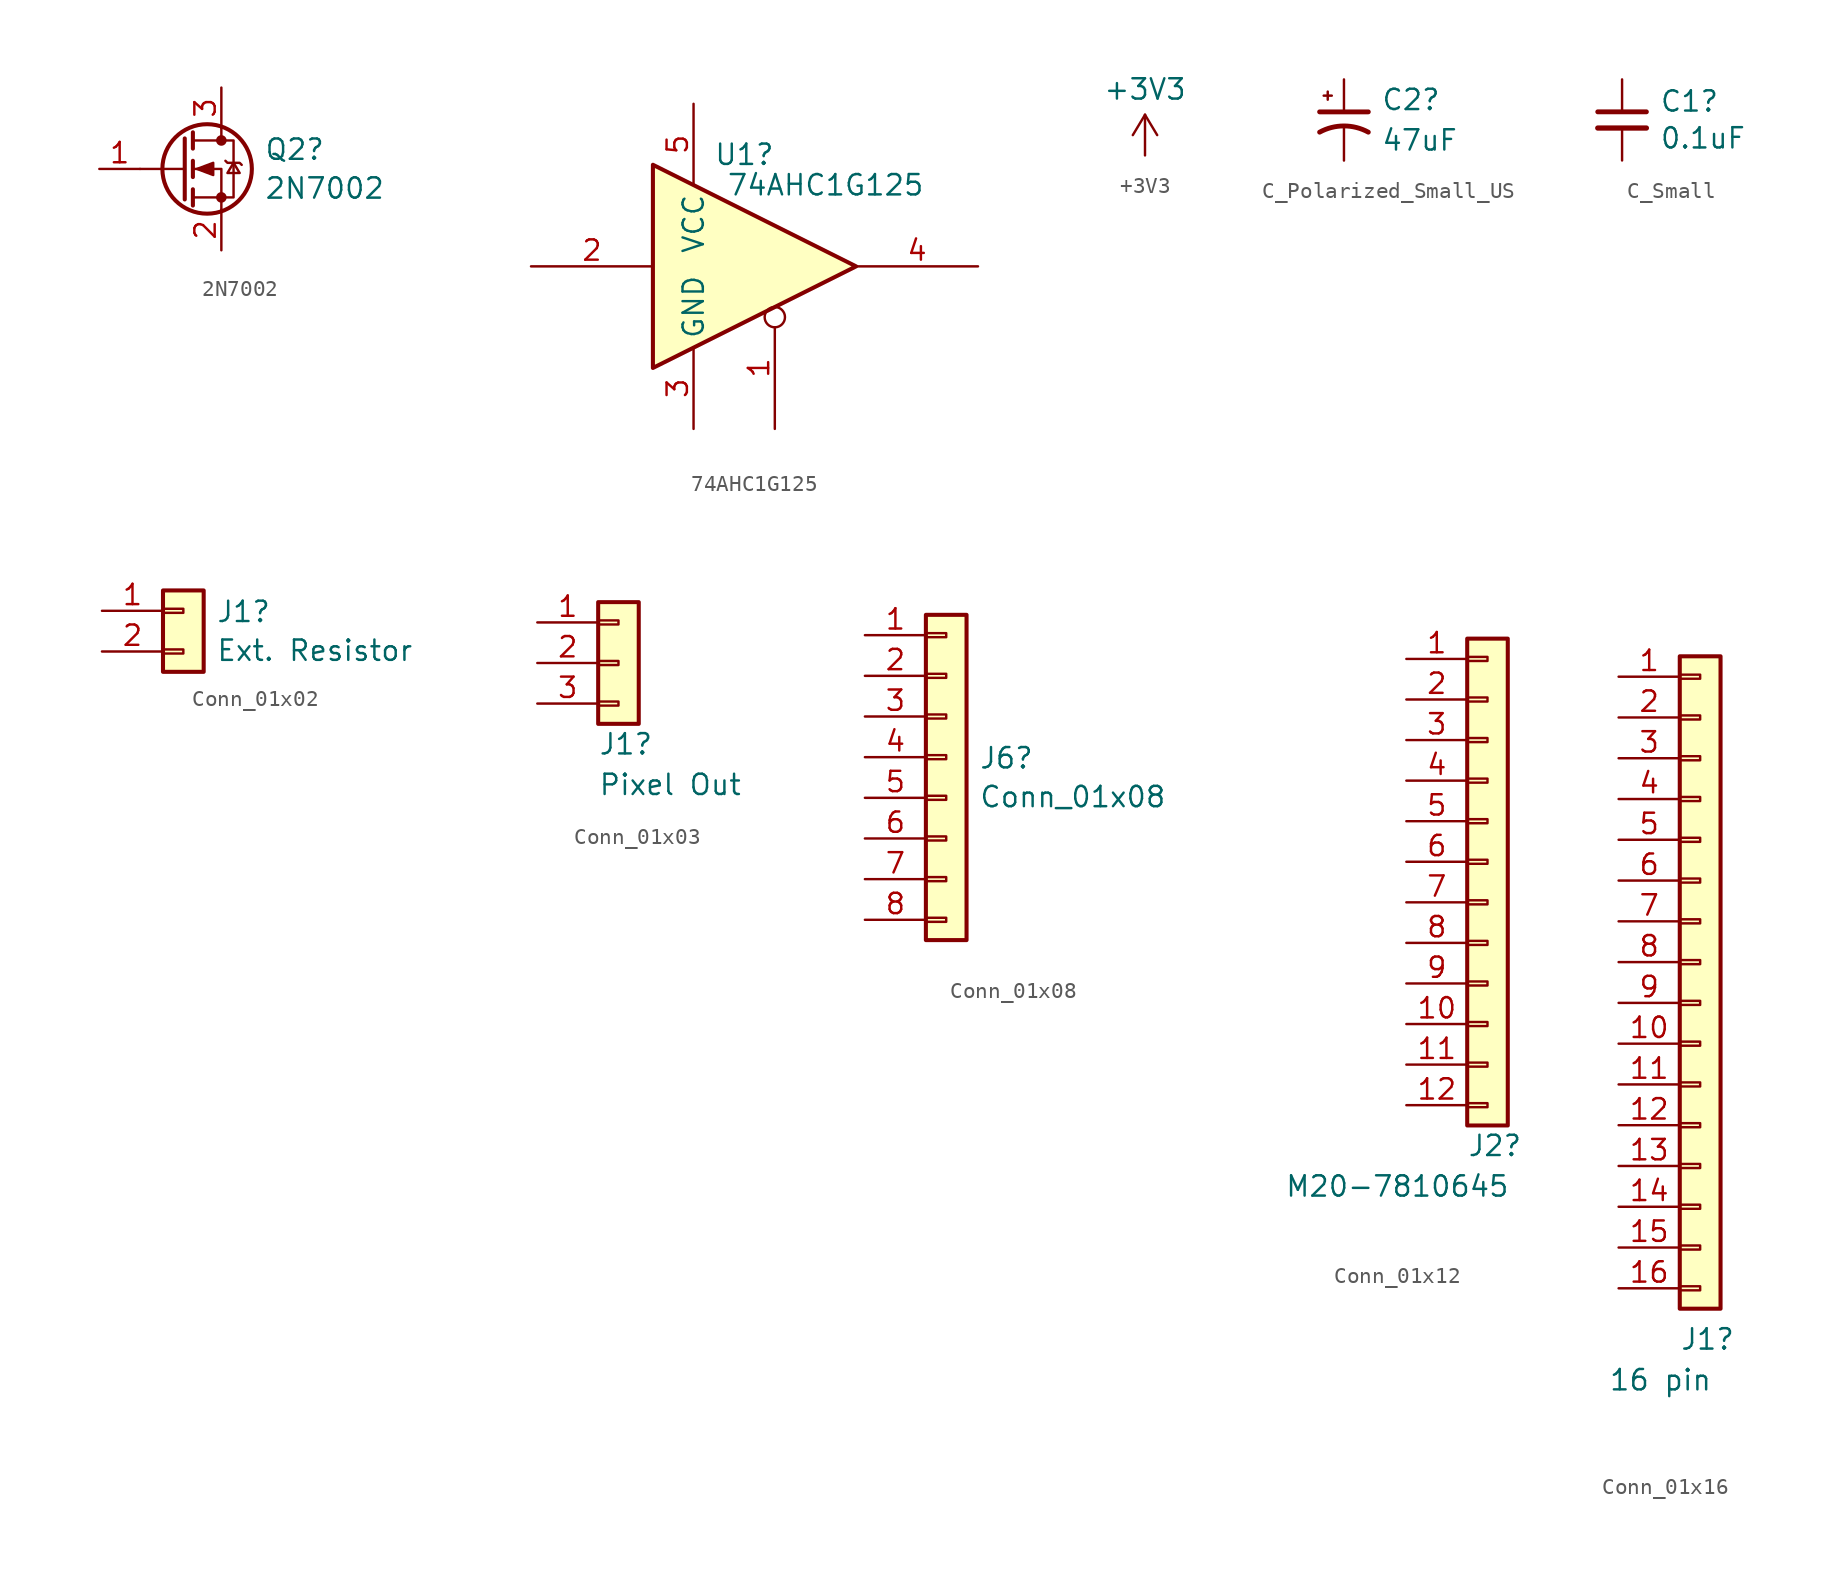
<source format=kicad_sym>
(kicad_symbol_lib
  (version 20220914)
  (generator kicad_symbol_editor)
  (symbol "2N7002"
    (pin_names hide)
    (property "Reference" "Q2"
      (at 5.207 1.212 0)
      (effects (font (size 1.27 1.27)) (justify left)))
    (property "Value" "2N7002"
      (at 5.207 -1.212 0)
      (effects (font (size 1.27 1.27)) (justify left)))
    (symbol "2N7002_0_1"
      (polyline (pts (xy 0.254 0) (xy -2.54 0)) (stroke (width 0) (type default)) (fill (type none)))
      (polyline (pts (xy 0.254 1.905) (xy 0.254 -1.905)) (stroke (width 0.254) (type default)) (fill (type none)))
      (polyline (pts (xy 0.762 -1.27) (xy 0.762 -2.286)) (stroke (width 0.254) (type default)) (fill (type none)))
      (polyline (pts (xy 0.762 0.508) (xy 0.762 -0.508)) (stroke (width 0.254) (type default)) (fill (type none)))
      (polyline (pts (xy 0.762 2.286) (xy 0.762 1.27)) (stroke (width 0.254) (type default)) (fill (type none)))
      (polyline (pts (xy 2.54 2.54) (xy 2.54 1.778)) (stroke (width 0) (type default)) (fill (type none)))
      (polyline (pts (xy 2.54 -2.54) (xy 2.54 0) (xy 0.762 0)) (stroke (width 0) (type default)) (fill (type none)))
      (polyline (pts (xy 0.762 -1.778) (xy 3.302 -1.778) (xy 3.302 1.778) (xy 0.762 1.778)) (stroke (width 0) (type default)) (fill (type none)))
      (polyline (pts (xy 1.016 0) (xy 2.032 0.381) (xy 2.032 -0.381) (xy 1.016 0)) (stroke (width 0) (type default)) (fill (type outline)))
      (polyline (pts (xy 2.794 0.508) (xy 2.921 0.381) (xy 3.683 0.381) (xy 3.81 0.254)) (stroke (width 0) (type default)) (fill (type none)))
      (polyline (pts (xy 3.302 0.381) (xy 2.921 -0.254) (xy 3.683 -0.254) (xy 3.302 0.381)) (stroke (width 0) (type default)) (fill (type none)))
      (circle (center 1.651 0) (radius 2.794) (stroke (width 0.254) (type default)) (fill (type none)))
      (circle (center 2.54 -1.778) (radius 0.254) (stroke (width 0) (type default)) (fill (type outline)))
      (circle (center 2.54 1.778) (radius 0.254) (stroke (width 0) (type default)) (fill (type outline))))
    (symbol "2N7002_1_1"
      (pin input line (at -5.08 0 0) (length 2.54) (name "G" (effects (font (size 1.27 1.27)))) (number "1" (effects (font (size 1.27 1.27)))))
      (pin passive line (at 2.54 -5.08 90) (length 2.54) (name "S" (effects (font (size 1.27 1.27)))) (number "2" (effects (font (size 1.27 1.27)))))
      (pin passive line (at 2.54 5.08 270) (length 2.54) (name "D" (effects (font (size 1.27 1.27)))) (number "3" (effects (font (size 1.27 1.27)))))))
  (symbol "74AHC1G125"
    (property "Reference" "U1"
      (at -1.905 6.985 0)
      (effects (font (size 1.27 1.27))))
    (property "Value" "74AHC1G125"
      (at 3.175 5.08 0)
      (effects (font (size 1.27 1.27))))
    (symbol "74AHC1G125_0_1"
      (polyline (pts (xy -7.62 6.35) (xy -7.62 -6.35) (xy 5.08 0) (xy -7.62 6.35)) (stroke (width 0.254) (type default)) (fill (type background))))
    (symbol "74AHC1G125_1_1"
      (pin input inverted (at 0 -10.16 90) (length 7.62) (name "~" (effects (font (size 1.27 1.27)))) (number "1" (effects (font (size 1.27 1.27)))))
      (pin input line (at -15.24 0 0) (length 7.62) (name "~" (effects (font (size 1.27 1.27)))) (number "2" (effects (font (size 1.27 1.27)))))
      (pin power_in line (at -5.08 -10.16 90) (length 5.08) (name "GND" (effects (font (size 1.27 1.27)))) (number "3" (effects (font (size 1.27 1.27)))))
      (pin tri_state line (at 12.7 0 180) (length 7.62) (name "~" (effects (font (size 1.27 1.27)))) (number "4" (effects (font (size 1.27 1.27)))))
      (pin power_in line (at -5.08 10.16 270) (length 5.08) (name "VCC" (effects (font (size 1.27 1.27)))) (number "5" (effects (font (size 1.27 1.27)))))))
  (symbol "+3V3"
    (power)
    (pin_names
      (offset 0))
    (property "Reference" "#PWR05"
      (at 0 -3.81 0)
      (effects (font (size 1.27 1.27)) hide))
    (property "Value" "+3V3"
      (at 0 4.133 0)
      (effects (font (size 1.27 1.27))))
    (symbol "+3V3_0_1"
      (polyline (pts (xy -0.762 1.27) (xy 0 2.54)) (stroke (width 0) (type default)) (fill (type none)))
      (polyline (pts (xy 0 0) (xy 0 2.54)) (stroke (width 0) (type default)) (fill (type none)))
      (polyline (pts (xy 0 2.54) (xy 0.762 1.27)) (stroke (width 0) (type default)) (fill (type none))))
    (symbol "+3V3_1_1"
      (pin power_in line (at 0 0 90) (length 0) hide (name "+3V3" (effects (font (size 1.27 1.27)))) (number "1" (effects (font (size 1.27 1.27)))))))
  (symbol "C_Polarized_Small_US"
    (pin_numbers hide)
    (pin_names
      (offset 0.254) hide)
    (property "Reference" "C2"
      (at 2.311 1.266 0)
      (effects (font (size 1.27 1.27)) (justify left)))
    (property "Value" "47uF"
      (at 2.311 -1.27 0)
      (effects (font (size 1.27 1.27)) (justify left)))
    (symbol "C_Polarized_Small_US_0_1"
      (polyline (pts (xy -1.524 0.508) (xy 1.524 0.508)) (stroke (width 0.305) (type default)) (fill (type none)))
      (polyline (pts (xy -1.27 1.524) (xy -0.762 1.524)) (stroke (width 0) (type default)) (fill (type none)))
      (polyline (pts (xy -1.016 1.27) (xy -1.016 1.778)) (stroke (width 0) (type default)) (fill (type none)))
      (arc (start 1.524 -0.762) (mid 0 -0.3734) (end -1.524 -0.762) (stroke (width 0.3048) (type default)) (fill (type none))))
    (symbol "C_Polarized_Small_US_1_1"
      (pin passive line (at 0 2.54 270) (length 2.032) (name "~" (effects (font (size 1.27 1.27)))) (number "1" (effects (font (size 1.27 1.27)))))
      (pin passive line (at 0 -2.54 90) (length 2.032) (name "~" (effects (font (size 1.27 1.27)))) (number "2" (effects (font (size 1.27 1.27)))))))
  (symbol "C_Small"
    (pin_numbers hide)
    (pin_names
      (offset 0.254) hide)
    (property "Reference" "C1"
      (at 2.337 1.168 0)
      (effects (font (size 1.27 1.27)) (justify left)))
    (property "Value" "0.1uF"
      (at 2.337 -1.143 0)
      (effects (font (size 1.27 1.27)) (justify left)))
    (symbol "C_Small_0_1"
      (polyline (pts (xy -1.524 -0.508) (xy 1.524 -0.508)) (stroke (width 0.33) (type default)) (fill (type none)))
      (polyline (pts (xy -1.524 0.508) (xy 1.524 0.508)) (stroke (width 0.305) (type default)) (fill (type none))))
    (symbol "C_Small_1_1"
      (pin passive line (at 0 2.54 270) (length 2.032) (name "~" (effects (font (size 1.27 1.27)))) (number "1" (effects (font (size 1.27 1.27)))))
      (pin passive line (at 0 -2.54 90) (length 2.032) (name "~" (effects (font (size 1.27 1.27)))) (number "2" (effects (font (size 1.27 1.27)))))))
  (symbol "Conn_01x02"
    (pin_names
      (offset 1.016) hide)
    (property "Reference" "J1"
      (at 2.032 -0.058 0)
      (effects (font (size 1.27 1.27)) (justify left)))
    (property "Value" "Ext. Resistor"
      (at 2.032 -2.482 0)
      (effects (font (size 1.27 1.27)) (justify left)))
    (symbol "Conn_01x02_1_1"
      (rectangle (start -1.27 -2.413) (end 0 -2.667) (stroke (width 0.152) (type default)) (fill (type none)))
      (rectangle (start -1.27 0.127) (end 0 -0.127) (stroke (width 0.152) (type default)) (fill (type none)))
      (rectangle (start -1.27 1.27) (end 1.27 -3.81) (stroke (width 0.254) (type default)) (fill (type background)))
      (pin passive line (at -5.08 0 0) (length 3.81) (name "Pin_1" (effects (font (size 1.27 1.27)))) (number "1" (effects (font (size 1.27 1.27)))))
      (pin passive line (at -5.08 -2.54 0) (length 3.81) (name "Pin_2" (effects (font (size 1.27 1.27)))) (number "2" (effects (font (size 1.27 1.27)))))))
  (symbol "Conn_01x03"
    (pin_names
      (offset 1.016) hide)
    (property "Reference" "J1"
      (at -1.27 -5.08 0)
      (effects (font (size 1.27 1.27)) (justify left)))
    (property "Value" "Pixel Out"
      (at -1.27 -7.62 0)
      (effects (font (size 1.27 1.27)) (justify left)))
    (symbol "Conn_01x03_1_1"
      (rectangle (start -1.27 -2.413) (end 0 -2.667) (stroke (width 0.152) (type default)) (fill (type none)))
      (rectangle (start -1.27 0.127) (end 0 -0.127) (stroke (width 0.152) (type default)) (fill (type none)))
      (rectangle (start -1.27 2.667) (end 0 2.413) (stroke (width 0.152) (type default)) (fill (type none)))
      (rectangle (start -1.27 3.81) (end 1.27 -3.81) (stroke (width 0.254) (type default)) (fill (type background)))
      (pin passive line (at -5.08 2.54 0) (length 3.81) (name "Pin_1" (effects (font (size 1.27 1.27)))) (number "1" (effects (font (size 1.27 1.27)))))
      (pin passive line (at -5.08 0 0) (length 3.81) (name "Pin_2" (effects (font (size 1.27 1.27)))) (number "2" (effects (font (size 1.27 1.27)))))
      (pin passive line (at -5.08 -2.54 0) (length 3.81) (name "Pin_3" (effects (font (size 1.27 1.27)))) (number "3" (effects (font (size 1.27 1.27)))))))
  (symbol "Conn_01x08"
    (pin_names
      (offset 1.016) hide)
    (property "Reference" "J6"
      (at 2.032 -0.058 0)
      (effects (font (size 1.27 1.27)) (justify left)))
    (property "Value" "Conn_01x08"
      (at 2.032 -2.482 0)
      (effects (font (size 1.27 1.27)) (justify left)))
    (symbol "Conn_01x08_1_1"
      (rectangle (start -1.27 -10.033) (end 0 -10.287) (stroke (width 0.152) (type default)) (fill (type none)))
      (rectangle (start -1.27 -7.493) (end 0 -7.747) (stroke (width 0.152) (type default)) (fill (type none)))
      (rectangle (start -1.27 -4.953) (end 0 -5.207) (stroke (width 0.152) (type default)) (fill (type none)))
      (rectangle (start -1.27 -2.413) (end 0 -2.667) (stroke (width 0.152) (type default)) (fill (type none)))
      (rectangle (start -1.27 0.127) (end 0 -0.127) (stroke (width 0.152) (type default)) (fill (type none)))
      (rectangle (start -1.27 2.667) (end 0 2.413) (stroke (width 0.152) (type default)) (fill (type none)))
      (rectangle (start -1.27 5.207) (end 0 4.953) (stroke (width 0.152) (type default)) (fill (type none)))
      (rectangle (start -1.27 7.747) (end 0 7.493) (stroke (width 0.152) (type default)) (fill (type none)))
      (rectangle (start -1.27 8.89) (end 1.27 -11.43) (stroke (width 0.254) (type default)) (fill (type background)))
      (pin passive line (at -5.08 7.62 0) (length 3.81) (name "Pin_1" (effects (font (size 1.27 1.27)))) (number "1" (effects (font (size 1.27 1.27)))))
      (pin passive line (at -5.08 5.08 0) (length 3.81) (name "Pin_2" (effects (font (size 1.27 1.27)))) (number "2" (effects (font (size 1.27 1.27)))))
      (pin passive line (at -5.08 2.54 0) (length 3.81) (name "Pin_3" (effects (font (size 1.27 1.27)))) (number "3" (effects (font (size 1.27 1.27)))))
      (pin passive line (at -5.08 0 0) (length 3.81) (name "Pin_4" (effects (font (size 1.27 1.27)))) (number "4" (effects (font (size 1.27 1.27)))))
      (pin passive line (at -5.08 -2.54 0) (length 3.81) (name "Pin_5" (effects (font (size 1.27 1.27)))) (number "5" (effects (font (size 1.27 1.27)))))
      (pin passive line (at -5.08 -5.08 0) (length 3.81) (name "Pin_6" (effects (font (size 1.27 1.27)))) (number "6" (effects (font (size 1.27 1.27)))))
      (pin passive line (at -5.08 -7.62 0) (length 3.81) (name "Pin_7" (effects (font (size 1.27 1.27)))) (number "7" (effects (font (size 1.27 1.27)))))
      (pin passive line (at -5.08 -10.16 0) (length 3.81) (name "Pin_8" (effects (font (size 1.27 1.27)))) (number "8" (effects (font (size 1.27 1.27)))))))
  (symbol "Conn_01x12"
    (pin_names
      (offset 1.016) hide)
    (property "Reference" "J2"
      (at -1.27 -17.78 0)
      (effects (font (size 1.27 1.27)) (justify left)))
    (property "Value" "M20-7810645"
      (at -12.7 -20.32 0)
      (effects (font (size 1.27 1.27)) (justify left)))
    (symbol "Conn_01x12_1_1"
      (rectangle (start -1.27 -15.113) (end 0 -15.367) (stroke (width 0.152) (type default)) (fill (type none)))
      (rectangle (start -1.27 -12.573) (end 0 -12.827) (stroke (width 0.152) (type default)) (fill (type none)))
      (rectangle (start -1.27 -10.033) (end 0 -10.287) (stroke (width 0.152) (type default)) (fill (type none)))
      (rectangle (start -1.27 -7.493) (end 0 -7.747) (stroke (width 0.152) (type default)) (fill (type none)))
      (rectangle (start -1.27 -4.953) (end 0 -5.207) (stroke (width 0.152) (type default)) (fill (type none)))
      (rectangle (start -1.27 -2.413) (end 0 -2.667) (stroke (width 0.152) (type default)) (fill (type none)))
      (rectangle (start -1.27 0.127) (end 0 -0.127) (stroke (width 0.152) (type default)) (fill (type none)))
      (rectangle (start -1.27 2.667) (end 0 2.413) (stroke (width 0.152) (type default)) (fill (type none)))
      (rectangle (start -1.27 5.207) (end 0 4.953) (stroke (width 0.152) (type default)) (fill (type none)))
      (rectangle (start -1.27 7.747) (end 0 7.493) (stroke (width 0.152) (type default)) (fill (type none)))
      (rectangle (start -1.27 10.287) (end 0 10.033) (stroke (width 0.152) (type default)) (fill (type none)))
      (rectangle (start -1.27 12.827) (end 0 12.573) (stroke (width 0.152) (type default)) (fill (type none)))
      (rectangle (start -1.27 13.97) (end 1.27 -16.51) (stroke (width 0.254) (type default)) (fill (type background)))
      (pin passive line (at -5.08 12.7 0) (length 3.81) (name "Pin_1" (effects (font (size 1.27 1.27)))) (number "1" (effects (font (size 1.27 1.27)))))
      (pin passive line (at -5.08 -10.16 0) (length 3.81) (name "Pin_10" (effects (font (size 1.27 1.27)))) (number "10" (effects (font (size 1.27 1.27)))))
      (pin passive line (at -5.08 -12.7 0) (length 3.81) (name "Pin_11" (effects (font (size 1.27 1.27)))) (number "11" (effects (font (size 1.27 1.27)))))
      (pin passive line (at -5.08 -15.24 0) (length 3.81) (name "Pin_12" (effects (font (size 1.27 1.27)))) (number "12" (effects (font (size 1.27 1.27)))))
      (pin passive line (at -5.08 10.16 0) (length 3.81) (name "Pin_2" (effects (font (size 1.27 1.27)))) (number "2" (effects (font (size 1.27 1.27)))))
      (pin passive line (at -5.08 7.62 0) (length 3.81) (name "Pin_3" (effects (font (size 1.27 1.27)))) (number "3" (effects (font (size 1.27 1.27)))))
      (pin passive line (at -5.08 5.08 0) (length 3.81) (name "Pin_4" (effects (font (size 1.27 1.27)))) (number "4" (effects (font (size 1.27 1.27)))))
      (pin passive line (at -5.08 2.54 0) (length 3.81) (name "Pin_5" (effects (font (size 1.27 1.27)))) (number "5" (effects (font (size 1.27 1.27)))))
      (pin passive line (at -5.08 0 0) (length 3.81) (name "Pin_6" (effects (font (size 1.27 1.27)))) (number "6" (effects (font (size 1.27 1.27)))))
      (pin passive line (at -5.08 -2.54 0) (length 3.81) (name "Pin_7" (effects (font (size 1.27 1.27)))) (number "7" (effects (font (size 1.27 1.27)))))
      (pin passive line (at -5.08 -5.08 0) (length 3.81) (name "Pin_8" (effects (font (size 1.27 1.27)))) (number "8" (effects (font (size 1.27 1.27)))))
      (pin passive line (at -5.08 -7.62 0) (length 3.81) (name "Pin_9" (effects (font (size 1.27 1.27)))) (number "9" (effects (font (size 1.27 1.27)))))))
  (symbol "Conn_01x16"
    (pin_names
      (offset 1.016) hide)
    (property "Reference" "J1"
      (at -1.27 -18.415 0)
      (effects (font (size 1.27 1.27)) (justify left)))
    (property "Value" "16 pin"
      (at -5.715 -20.955 0)
      (effects (font (size 1.27 1.27)) (justify left)))
    (symbol "Conn_01x16_1_1"
      (rectangle (start -1.27 -15.113) (end 0 -15.367) (stroke (width 0.152) (type default)) (fill (type none)))
      (rectangle (start -1.27 -12.573) (end 0 -12.827) (stroke (width 0.152) (type default)) (fill (type none)))
      (rectangle (start -1.27 -10.033) (end 0 -10.287) (stroke (width 0.152) (type default)) (fill (type none)))
      (rectangle (start -1.27 -7.493) (end 0 -7.747) (stroke (width 0.152) (type default)) (fill (type none)))
      (rectangle (start -1.27 -4.953) (end 0 -5.207) (stroke (width 0.152) (type default)) (fill (type none)))
      (rectangle (start -1.27 -2.413) (end 0 -2.667) (stroke (width 0.152) (type default)) (fill (type none)))
      (rectangle (start -1.27 0.127) (end 0 -0.127) (stroke (width 0.152) (type default)) (fill (type none)))
      (rectangle (start -1.27 2.667) (end 0 2.413) (stroke (width 0.152) (type default)) (fill (type none)))
      (rectangle (start -1.27 5.207) (end 0 4.953) (stroke (width 0.152) (type default)) (fill (type none)))
      (rectangle (start -1.27 7.747) (end 0 7.493) (stroke (width 0.152) (type default)) (fill (type none)))
      (rectangle (start -1.27 10.287) (end 0 10.033) (stroke (width 0.152) (type default)) (fill (type none)))
      (rectangle (start -1.27 12.827) (end 0 12.573) (stroke (width 0.152) (type default)) (fill (type none)))
      (rectangle (start -1.27 15.367) (end 0 15.113) (stroke (width 0.152) (type default)) (fill (type none)))
      (rectangle (start -1.27 17.907) (end 0 17.653) (stroke (width 0.152) (type default)) (fill (type none)))
      (rectangle (start -1.27 20.447) (end 0 20.193) (stroke (width 0.152) (type default)) (fill (type none)))
      (rectangle (start -1.27 22.987) (end 0 22.733) (stroke (width 0.152) (type default)) (fill (type none)))
      (rectangle (start -1.27 24.13) (end 1.27 -16.51) (stroke (width 0.254) (type default)) (fill (type background)))
      (pin passive line (at -5.08 22.86 0) (length 3.81) (name "Pin_1" (effects (font (size 1.27 1.27)))) (number "1" (effects (font (size 1.27 1.27)))))
      (pin passive line (at -5.08 0 0) (length 3.81) (name "Pin_10" (effects (font (size 1.27 1.27)))) (number "10" (effects (font (size 1.27 1.27)))))
      (pin passive line (at -5.08 -2.54 0) (length 3.81) (name "Pin_11" (effects (font (size 1.27 1.27)))) (number "11" (effects (font (size 1.27 1.27)))))
      (pin passive line (at -5.08 -5.08 0) (length 3.81) (name "Pin_12" (effects (font (size 1.27 1.27)))) (number "12" (effects (font (size 1.27 1.27)))))
      (pin passive line (at -5.08 -7.62 0) (length 3.81) (name "Pin_13" (effects (font (size 1.27 1.27)))) (number "13" (effects (font (size 1.27 1.27)))))
      (pin passive line (at -5.08 -10.16 0) (length 3.81) (name "Pin_14" (effects (font (size 1.27 1.27)))) (number "14" (effects (font (size 1.27 1.27)))))
      (pin passive line (at -5.08 -12.7 0) (length 3.81) (name "Pin_15" (effects (font (size 1.27 1.27)))) (number "15" (effects (font (size 1.27 1.27)))))
      (pin passive line (at -5.08 -15.24 0) (length 3.81) (name "Pin_16" (effects (font (size 1.27 1.27)))) (number "16" (effects (font (size 1.27 1.27)))))
      (pin passive line (at -5.08 20.32 0) (length 3.81) (name "Pin_2" (effects (font (size 1.27 1.27)))) (number "2" (effects (font (size 1.27 1.27)))))
      (pin passive line (at -5.08 17.78 0) (length 3.81) (name "Pin_3" (effects (font (size 1.27 1.27)))) (number "3" (effects (font (size 1.27 1.27)))))
      (pin passive line (at -5.08 15.24 0) (length 3.81) (name "Pin_4" (effects (font (size 1.27 1.27)))) (number "4" (effects (font (size 1.27 1.27)))))
      (pin passive line (at -5.08 12.7 0) (length 3.81) (name "Pin_5" (effects (font (size 1.27 1.27)))) (number "5" (effects (font (size 1.27 1.27)))))
      (pin passive line (at -5.08 10.16 0) (length 3.81) (name "Pin_6" (effects (font (size 1.27 1.27)))) (number "6" (effects (font (size 1.27 1.27)))))
      (pin passive line (at -5.08 7.62 0) (length 3.81) (name "Pin_7" (effects (font (size 1.27 1.27)))) (number "7" (effects (font (size 1.27 1.27)))))
      (pin passive line (at -5.08 5.08 0) (length 3.81) (name "Pin_8" (effects (font (size 1.27 1.27)))) (number "8" (effects (font (size 1.27 1.27)))))
      (pin passive line (at -5.08 2.54 0) (length 3.81) (name "Pin_9" (effects (font (size 1.27 1.27)))) (number "9" (effects (font (size 1.27 1.27))))))))
</source>
